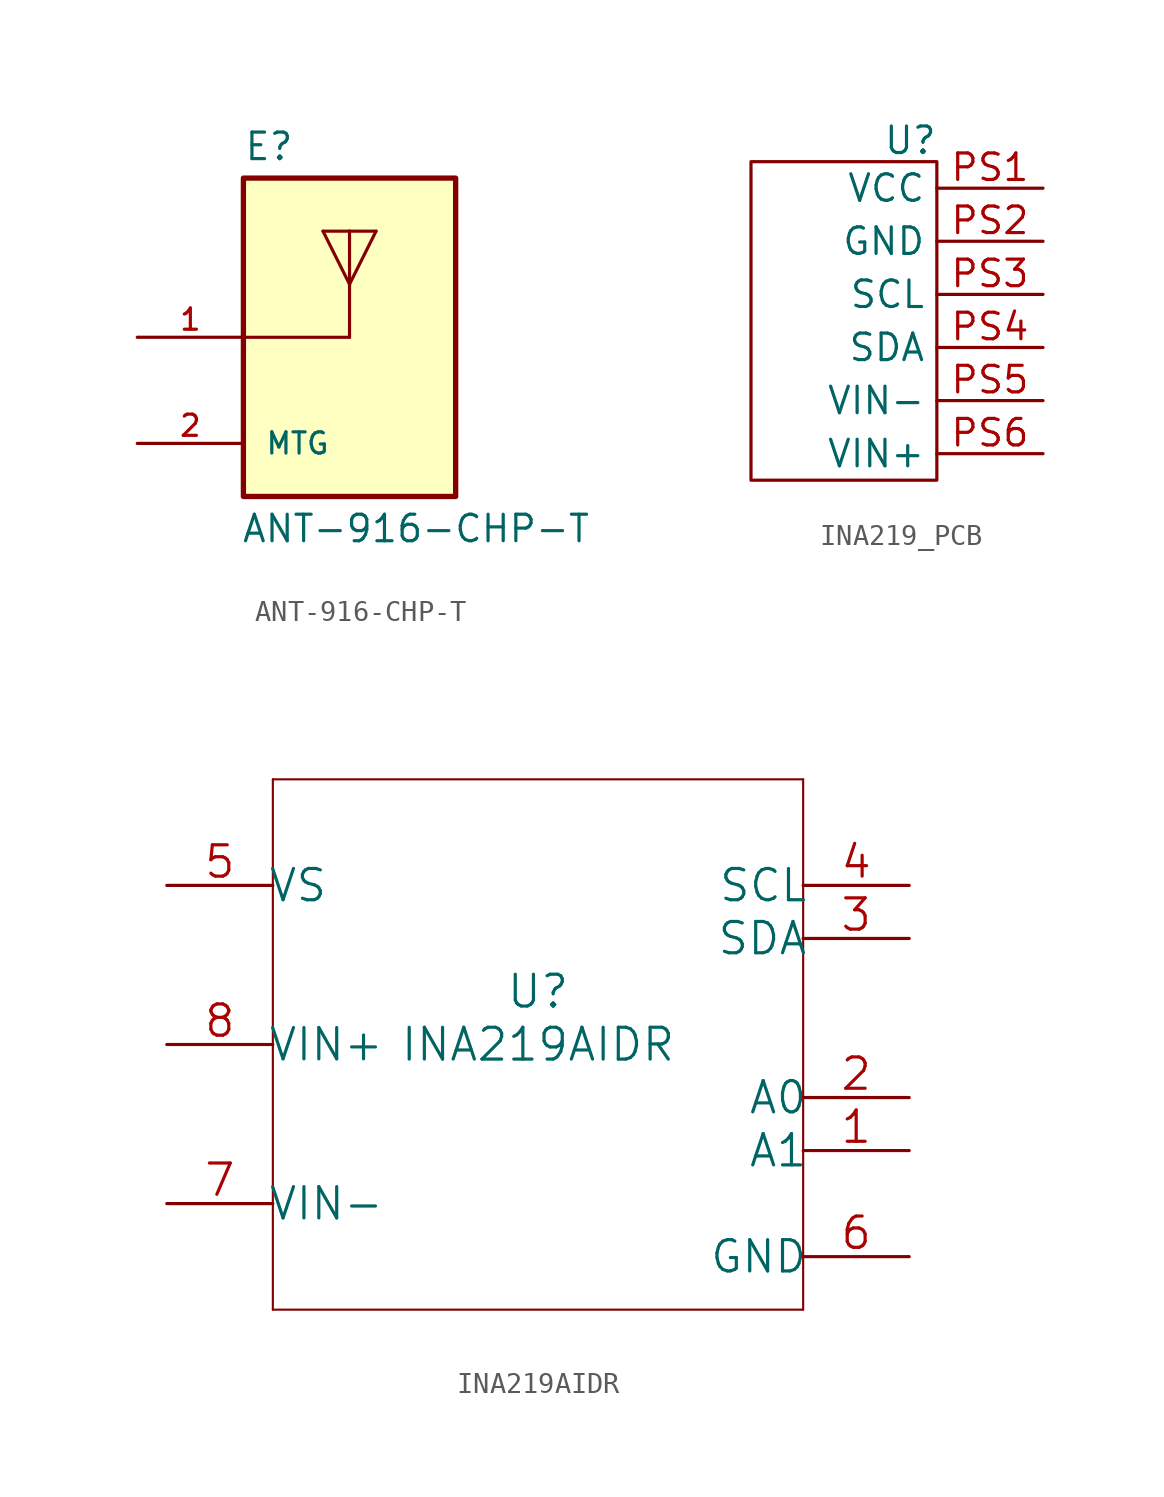
<source format=kicad_sym>
(kicad_symbol_lib
  (version 20241209)
  (generator "kicad_symbol_editor")
  (generator_version "9.0")
  (symbol "ANT-916-CHP-T"
    (pin_names
      (offset 1.016))
    (property "Reference" "E"
      (at 5.086 8.39 0)
      (effects (font (size 1.27 1.27)) (justify left bottom)))
    (property "Value" "ANT-916-CHP-T"
      (at 4.959 -9.903 0)
      (effects (font (size 1.27 1.27)) (justify left bottom)))
    (symbol "ANT-916-CHP-T_0_0"
      (polyline (pts (xy 8.89 5.08) (xy 10.16 5.08)) (stroke (width 0.152) (type default)) (fill (type none)))
      (polyline (pts (xy 10.16 5.08) (xy 11.43 5.08)) (stroke (width 0.152) (type default)) (fill (type none)))
      (polyline (pts (xy 10.16 2.54) (xy 8.89 5.08)) (stroke (width 0.152) (type default)) (fill (type none)))
      (polyline (pts (xy 10.16 2.54) (xy 10.16 5.08)) (stroke (width 0.152) (type default)) (fill (type none)))
      (polyline (pts (xy 10.16 2.54) (xy 10.16 0)) (stroke (width 0.152) (type default)) (fill (type none)))
      (polyline (pts (xy 10.16 0) (xy 5.08 0)) (stroke (width 0.152) (type default)) (fill (type none)))
      (polyline (pts (xy 11.43 5.08) (xy 10.16 2.54)) (stroke (width 0.152) (type default)) (fill (type none)))
      (pin passive line (at 0 0 0) (length 5.08) (name "~" (effects (font (size 1.016 1.016)))) (number "1" (effects (font (size 1.016 1.016)))))
      (pin passive line (at 0 -5.08 0) (length 5.08) (name "MTG" (effects (font (size 1.016 1.016)))) (number "2" (effects (font (size 1.016 1.016))))))
    (symbol "ANT-916-CHP-T_1_0"
      (rectangle (start 5.08 7.62) (end 15.24 -7.62) (stroke (width 0.254) (type solid)) (fill (type background)))))
  (symbol "INA219_PCB"
    (property "Reference" "U"
      (at 0 7.366 0)
      (effects (font (size 1.27 1.27))))
    (property "Value" ""
      (at 0 0 0)
      (effects (font (size 1.27 1.27))))
    (property "ki_locked" ""
      (at 0 0 0)
      (effects (font (size 1.27 1.27))))
    (symbol "INA219_PCB_1_1"
      (rectangle (start -7.62 6.35) (end 1.27 -8.89) (stroke (width 0) (type default)) (fill (type none)))
      (pin power_in line (at 6.35 5.08 180) (length 5.08) (name "VCC" (effects (font (size 1.27 1.27)))) (number "PS1" (effects (font (size 1.27 1.27)))))
      (pin power_out line (at 6.35 2.54 180) (length 5.08) (name "GND" (effects (font (size 1.27 1.27)))) (number "PS2" (effects (font (size 1.27 1.27)))))
      (pin bidirectional line (at 6.35 0 180) (length 5.08) (name "SCL" (effects (font (size 1.27 1.27)))) (number "PS3" (effects (font (size 1.27 1.27)))))
      (pin bidirectional line (at 6.35 -2.54 180) (length 5.08) (name "SDA" (effects (font (size 1.27 1.27)))) (number "PS4" (effects (font (size 1.27 1.27)))))
      (pin output line (at 6.35 -5.08 180) (length 5.08) (name "VIN-" (effects (font (size 1.27 1.27)))) (number "PS5" (effects (font (size 1.27 1.27)))))
      (pin input line (at 6.35 -7.62 180) (length 5.08) (name "VIN+" (effects (font (size 1.27 1.27)))) (number "PS6" (effects (font (size 1.27 1.27)))))))
  (symbol "INA219AIDR"
    (pin_names
      (offset -0.254))
    (property "Reference" "U"
      (at 0 2.54 0)
      (effects (font (size 1.524 1.524))))
    (property "Value" "INA219AIDR"
      (at 0 0 0)
      (effects (font (size 1.524 1.524))))
    (property "Datasheet" ""
      (at 0 0 0)
      (effects (font (size 1.524 1.524))))
    (symbol "INA219AIDR_1_1"
      (polyline (pts (xy -12.7 12.7) (xy -12.7 -12.7)) (stroke (width 0.102) (type solid)) (fill (type none)))
      (polyline (pts (xy -12.7 -12.7) (xy 12.7 -12.7)) (stroke (width 0.102) (type solid)) (fill (type none)))
      (polyline (pts (xy 12.7 12.7) (xy -12.7 12.7)) (stroke (width 0.102) (type solid)) (fill (type none)))
      (polyline (pts (xy 12.7 -12.7) (xy 12.7 12.7)) (stroke (width 0.102) (type solid)) (fill (type none)))
      (pin power_in line (at -17.78 7.62 0) (length 5.08) (name "VS" (effects (font (size 1.499 1.499)))) (number "5" (effects (font (size 1.499 1.499)))))
      (pin power_in line (at -17.78 0 0) (length 5.08) (name "VIN+" (effects (font (size 1.499 1.499)))) (number "8" (effects (font (size 1.499 1.499)))))
      (pin power_in line (at -17.78 -7.62 0) (length 5.08) (name "VIN-" (effects (font (size 1.499 1.499)))) (number "7" (effects (font (size 1.499 1.499)))))
      (pin input line (at 17.78 7.62 180) (length 5.08) (name "SCL" (effects (font (size 1.499 1.499)))) (number "4" (effects (font (size 1.499 1.499)))))
      (pin bidirectional line (at 17.78 5.08 180) (length 5.08) (name "SDA" (effects (font (size 1.499 1.499)))) (number "3" (effects (font (size 1.499 1.499)))))
      (pin input line (at 17.78 -2.54 180) (length 5.08) (name "A0" (effects (font (size 1.499 1.499)))) (number "2" (effects (font (size 1.499 1.499)))))
      (pin input line (at 17.78 -5.08 180) (length 5.08) (name "A1" (effects (font (size 1.499 1.499)))) (number "1" (effects (font (size 1.499 1.499)))))
      (pin power_in line (at 17.78 -10.16 180) (length 5.08) (name "GND" (effects (font (size 1.499 1.499)))) (number "6" (effects (font (size 1.499 1.499))))))))
</source>
